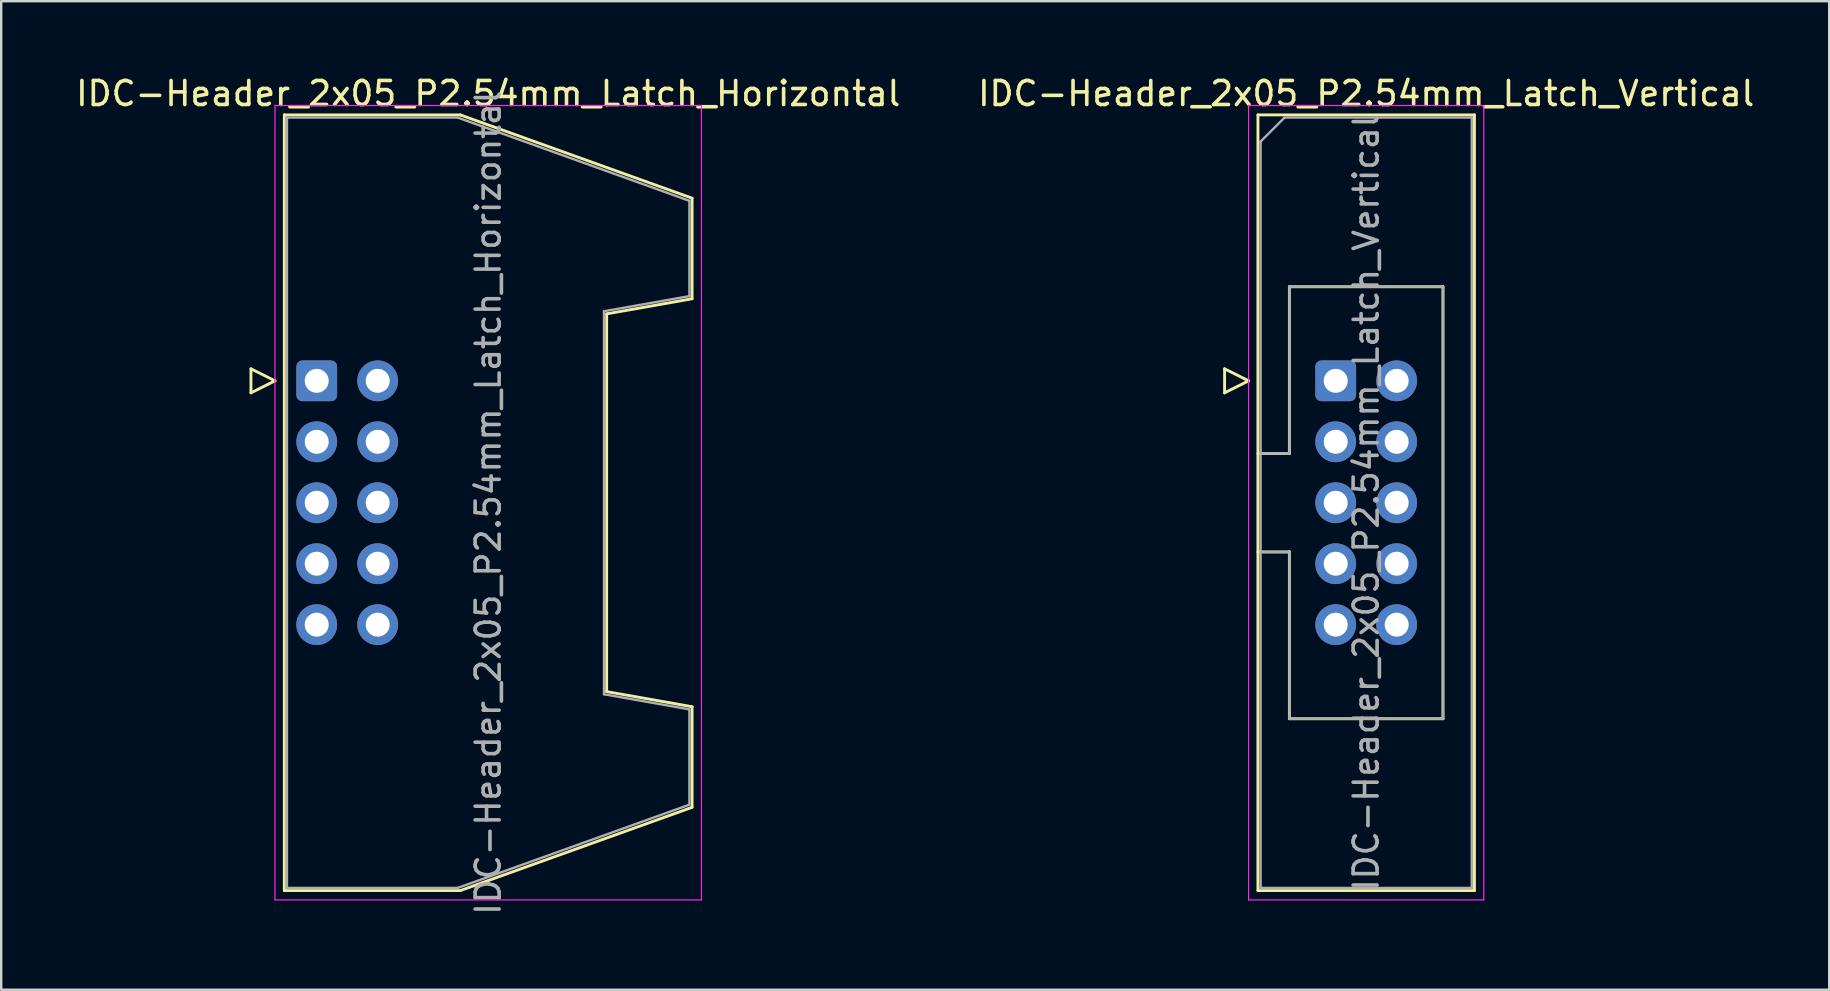
<source format=kicad_pcb>
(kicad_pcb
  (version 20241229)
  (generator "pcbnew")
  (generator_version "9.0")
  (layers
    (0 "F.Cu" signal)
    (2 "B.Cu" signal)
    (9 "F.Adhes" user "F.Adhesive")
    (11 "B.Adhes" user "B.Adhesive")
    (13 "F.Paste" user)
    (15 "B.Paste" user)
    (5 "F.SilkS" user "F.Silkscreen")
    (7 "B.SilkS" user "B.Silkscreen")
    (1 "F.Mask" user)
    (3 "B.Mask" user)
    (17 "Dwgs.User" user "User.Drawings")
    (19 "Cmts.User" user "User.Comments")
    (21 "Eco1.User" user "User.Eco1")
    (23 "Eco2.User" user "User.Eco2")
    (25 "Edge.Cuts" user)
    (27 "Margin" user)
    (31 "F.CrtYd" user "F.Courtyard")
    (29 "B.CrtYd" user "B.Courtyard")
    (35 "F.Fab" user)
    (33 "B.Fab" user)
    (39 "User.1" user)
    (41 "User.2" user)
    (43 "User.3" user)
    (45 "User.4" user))
  (footprint "IDC-Header_2x05_P2.54mm_Latch_Horizontal"
    (layer "F.Cu")
    (at 10.147 12.818)
    (property "Reference" "IDC-Header_2x05_P2.54mm_Latch_Horizontal" (at 7.145 -11.97 0) (layer "F.SilkS") (effects (font (size 1 1) (thickness 0.15))))
    (attr through_hole)
    (fp_line (start -2.74 -0.5) (end -2.74 0.5) (stroke (width 0.12) (type solid)) (layer "F.SilkS"))
    (fp_line (start -2.74 0.5) (end -1.74 0) (stroke (width 0.12) (type solid)) (layer "F.SilkS"))
    (fp_line (start -1.74 0) (end -2.74 -0.5) (stroke (width 0.12) (type solid)) (layer "F.SilkS"))
    (fp_line (start -1.35 -11.08) (end 5.98 -11.08) (stroke (width 0.12) (type solid)) (layer "F.SilkS"))
    (fp_line (start -1.35 21.24) (end -1.35 -11.08) (stroke (width 0.12) (type solid)) (layer "F.SilkS"))
    (fp_line (start 5.98 -11.08) (end 15.64 -7.61) (stroke (width 0.12) (type solid)) (layer "F.SilkS"))
    (fp_line (start 5.98 21.24) (end -1.35 21.24) (stroke (width 0.12) (type solid)) (layer "F.SilkS"))
    (fp_line (start 12.08 -2.79) (end 12.08 12.95) (stroke (width 0.12) (type solid)) (layer "F.SilkS"))
    (fp_line (start 12.08 12.95) (end 15.64 13.58) (stroke (width 0.12) (type solid)) (layer "F.SilkS"))
    (fp_line (start 15.64 -7.61) (end 15.64 -3.42) (stroke (width 0.12) (type solid)) (layer "F.SilkS"))
    (fp_line (start 15.64 -3.42) (end 12.08 -2.79) (stroke (width 0.12) (type solid)) (layer "F.SilkS"))
    (fp_line (start 15.64 13.58) (end 15.64 17.77) (stroke (width 0.12) (type solid)) (layer "F.SilkS"))
    (fp_line (start 15.64 17.77) (end 5.98 21.24) (stroke (width 0.12) (type solid)) (layer "F.SilkS"))
    (fp_line (start -1.74 -11.47) (end -1.74 21.63) (stroke (width 0.05) (type solid)) (layer "F.CrtYd"))
    (fp_line (start -1.74 21.63) (end 16.03 21.63) (stroke (width 0.05) (type solid)) (layer "F.CrtYd"))
    (fp_line (start 16.03 -11.47) (end -1.74 -11.47) (stroke (width 0.05) (type solid)) (layer "F.CrtYd"))
    (fp_line (start 16.03 21.63) (end 16.03 -11.47) (stroke (width 0.05) (type solid)) (layer "F.CrtYd"))
    (fp_line (start -1.24 -10.97) (end 5.87 -10.97) (stroke (width 0.1) (type solid)) (layer "F.Fab"))
    (fp_line (start -1.24 21.13) (end -1.24 -10.97) (stroke (width 0.1) (type solid)) (layer "F.Fab"))
    (fp_line (start 5.87 -10.97) (end 15.53 -7.5) (stroke (width 0.1) (type solid)) (layer "F.Fab"))
    (fp_line (start 5.87 21.13) (end -1.24 21.13) (stroke (width 0.1) (type solid)) (layer "F.Fab"))
    (fp_line (start 11.97 -2.9) (end 11.97 13.06) (stroke (width 0.1) (type solid)) (layer "F.Fab"))
    (fp_line (start 11.97 13.06) (end 15.53 13.69) (stroke (width 0.1) (type solid)) (layer "F.Fab"))
    (fp_line (start 15.53 -7.5) (end 15.53 -3.53) (stroke (width 0.1) (type solid)) (layer "F.Fab"))
    (fp_line (start 15.53 -3.53) (end 11.97 -2.9) (stroke (width 0.1) (type solid)) (layer "F.Fab"))
    (fp_line (start 15.53 13.69) (end 15.53 17.66) (stroke (width 0.1) (type solid)) (layer "F.Fab"))
    (fp_line (start 15.53 17.66) (end 5.87 21.13) (stroke (width 0.1) (type solid)) (layer "F.Fab"))
    (fp_text user "${REFERENCE}" (at 7.145 5.08 90) (layer "F.Fab") (effects (font (size 1 1) (thickness 0.15))))
    (pad "1" thru_hole roundrect (at 0 0) (size 1.7 1.7) (drill 1) (layers "*.Cu" "*.Mask") (roundrect_rratio 0.147))
    (pad "2" thru_hole circle (at 2.54 0) (size 1.7 1.7) (drill 1) (layers "*.Cu" "*.Mask"))
    (pad "3" thru_hole circle (at 0 2.54) (size 1.7 1.7) (drill 1) (layers "*.Cu" "*.Mask"))
    (pad "4" thru_hole circle (at 2.54 2.54) (size 1.7 1.7) (drill 1) (layers "*.Cu" "*.Mask"))
    (pad "5" thru_hole circle (at 0 5.08) (size 1.7 1.7) (drill 1) (layers "*.Cu" "*.Mask"))
    (pad "6" thru_hole circle (at 2.54 5.08) (size 1.7 1.7) (drill 1) (layers "*.Cu" "*.Mask"))
    (pad "7" thru_hole circle (at 0 7.62) (size 1.7 1.7) (drill 1) (layers "*.Cu" "*.Mask"))
    (pad "8" thru_hole circle (at 2.54 7.62) (size 1.7 1.7) (drill 1) (layers "*.Cu" "*.Mask"))
    (pad "9" thru_hole circle (at 0 10.16) (size 1.7 1.7) (drill 1) (layers "*.Cu" "*.Mask"))
    (pad "10" thru_hole circle (at 2.54 10.16) (size 1.7 1.7) (drill 1) (layers "*.Cu" "*.Mask")))
  (footprint "IDC-Header_2x05_P2.54mm_Latch_Vertical"
    (layer "F.Cu")
    (at 52.605 12.818)
    (property "Reference" "IDC-Header_2x05_P2.54mm_Latch_Vertical" (at 1.27 -11.97 0) (layer "F.SilkS") (effects (font (size 1 1) (thickness 0.15))))
    (attr through_hole)
    (fp_line (start -4.63 -0.5) (end -4.63 0.5) (stroke (width 0.12) (type solid)) (layer "F.SilkS"))
    (fp_line (start -4.63 0.5) (end -3.63 0) (stroke (width 0.12) (type solid)) (layer "F.SilkS"))
    (fp_line (start -3.63 0) (end -4.63 -0.5) (stroke (width 0.12) (type solid)) (layer "F.SilkS"))
    (fp_line (start -3.24 -11.08) (end 5.78 -11.08) (stroke (width 0.12) (type solid)) (layer "F.SilkS"))
    (fp_line (start -3.24 3.03) (end -1.93 3.03) (stroke (width 0.12) (type solid)) (layer "F.SilkS"))
    (fp_line (start -3.24 21.24) (end -3.24 -11.08) (stroke (width 0.12) (type solid)) (layer "F.SilkS"))
    (fp_line (start -1.93 -3.92) (end 4.47 -3.92) (stroke (width 0.12) (type solid)) (layer "F.SilkS"))
    (fp_line (start -1.93 3.03) (end -1.93 -3.92) (stroke (width 0.12) (type solid)) (layer "F.SilkS"))
    (fp_line (start -1.93 7.13) (end -3.24 7.13) (stroke (width 0.12) (type solid)) (layer "F.SilkS"))
    (fp_line (start -1.93 7.13) (end -1.93 7.13) (stroke (width 0.12) (type solid)) (layer "F.SilkS"))
    (fp_line (start -1.93 14.08) (end -1.93 7.13) (stroke (width 0.12) (type solid)) (layer "F.SilkS"))
    (fp_line (start 4.47 -3.92) (end 4.47 14.08) (stroke (width 0.12) (type solid)) (layer "F.SilkS"))
    (fp_line (start 4.47 14.08) (end -1.93 14.08) (stroke (width 0.12) (type solid)) (layer "F.SilkS"))
    (fp_line (start 5.78 -11.08) (end 5.78 21.24) (stroke (width 0.12) (type solid)) (layer "F.SilkS"))
    (fp_line (start 5.78 21.24) (end -3.24 21.24) (stroke (width 0.12) (type solid)) (layer "F.SilkS"))
    (fp_line (start -3.63 -11.47) (end -3.63 21.63) (stroke (width 0.05) (type solid)) (layer "F.CrtYd"))
    (fp_line (start -3.63 21.63) (end 6.17 21.63) (stroke (width 0.05) (type solid)) (layer "F.CrtYd"))
    (fp_line (start 6.17 -11.47) (end -3.63 -11.47) (stroke (width 0.05) (type solid)) (layer "F.CrtYd"))
    (fp_line (start 6.17 21.63) (end 6.17 -11.47) (stroke (width 0.05) (type solid)) (layer "F.CrtYd"))
    (fp_line (start -3.13 -9.97) (end -2.13 -10.97) (stroke (width 0.1) (type solid)) (layer "F.Fab"))
    (fp_line (start -3.13 3.03) (end -1.93 3.03) (stroke (width 0.1) (type solid)) (layer "F.Fab"))
    (fp_line (start -3.13 21.13) (end -3.13 -9.97) (stroke (width 0.1) (type solid)) (layer "F.Fab"))
    (fp_line (start -2.13 -10.97) (end 5.67 -10.97) (stroke (width 0.1) (type solid)) (layer "F.Fab"))
    (fp_line (start -1.93 -3.92) (end 4.47 -3.92) (stroke (width 0.1) (type solid)) (layer "F.Fab"))
    (fp_line (start -1.93 3.03) (end -1.93 -3.92) (stroke (width 0.1) (type solid)) (layer "F.Fab"))
    (fp_line (start -1.93 7.13) (end -3.13 7.13) (stroke (width 0.1) (type solid)) (layer "F.Fab"))
    (fp_line (start -1.93 7.13) (end -1.93 7.13) (stroke (width 0.1) (type solid)) (layer "F.Fab"))
    (fp_line (start -1.93 14.08) (end -1.93 7.13) (stroke (width 0.1) (type solid)) (layer "F.Fab"))
    (fp_line (start 4.47 -3.92) (end 4.47 14.08) (stroke (width 0.1) (type solid)) (layer "F.Fab"))
    (fp_line (start 4.47 14.08) (end -1.93 14.08) (stroke (width 0.1) (type solid)) (layer "F.Fab"))
    (fp_line (start 5.67 -10.97) (end 5.67 21.13) (stroke (width 0.1) (type solid)) (layer "F.Fab"))
    (fp_line (start 5.67 21.13) (end -3.13 21.13) (stroke (width 0.1) (type solid)) (layer "F.Fab"))
    (fp_text user "${REFERENCE}" (at 1.27 5.08 90) (layer "F.Fab") (effects (font (size 1 1) (thickness 0.15))))
    (pad "1" thru_hole roundrect (at 0 0) (size 1.7 1.7) (drill 1) (layers "*.Cu" "*.Mask") (roundrect_rratio 0.147))
    (pad "2" thru_hole circle (at 2.54 0) (size 1.7 1.7) (drill 1) (layers "*.Cu" "*.Mask"))
    (pad "3" thru_hole circle (at 0 2.54) (size 1.7 1.7) (drill 1) (layers "*.Cu" "*.Mask"))
    (pad "4" thru_hole circle (at 2.54 2.54) (size 1.7 1.7) (drill 1) (layers "*.Cu" "*.Mask"))
    (pad "5" thru_hole circle (at 0 5.08) (size 1.7 1.7) (drill 1) (layers "*.Cu" "*.Mask"))
    (pad "6" thru_hole circle (at 2.54 5.08) (size 1.7 1.7) (drill 1) (layers "*.Cu" "*.Mask"))
    (pad "7" thru_hole circle (at 0 7.62) (size 1.7 1.7) (drill 1) (layers "*.Cu" "*.Mask"))
    (pad "8" thru_hole circle (at 2.54 7.62) (size 1.7 1.7) (drill 1) (layers "*.Cu" "*.Mask"))
    (pad "9" thru_hole circle (at 0 10.16) (size 1.7 1.7) (drill 1) (layers "*.Cu" "*.Mask"))
    (pad "10" thru_hole circle (at 2.54 10.16) (size 1.7 1.7) (drill 1) (layers "*.Cu" "*.Mask")))
  (gr_rect
    (start -3 -3)
    (end 73.167 38.19)
    (stroke (width 0.1) (type default))
    (fill no)
    (layer "Edge.Cuts")))
</source>
